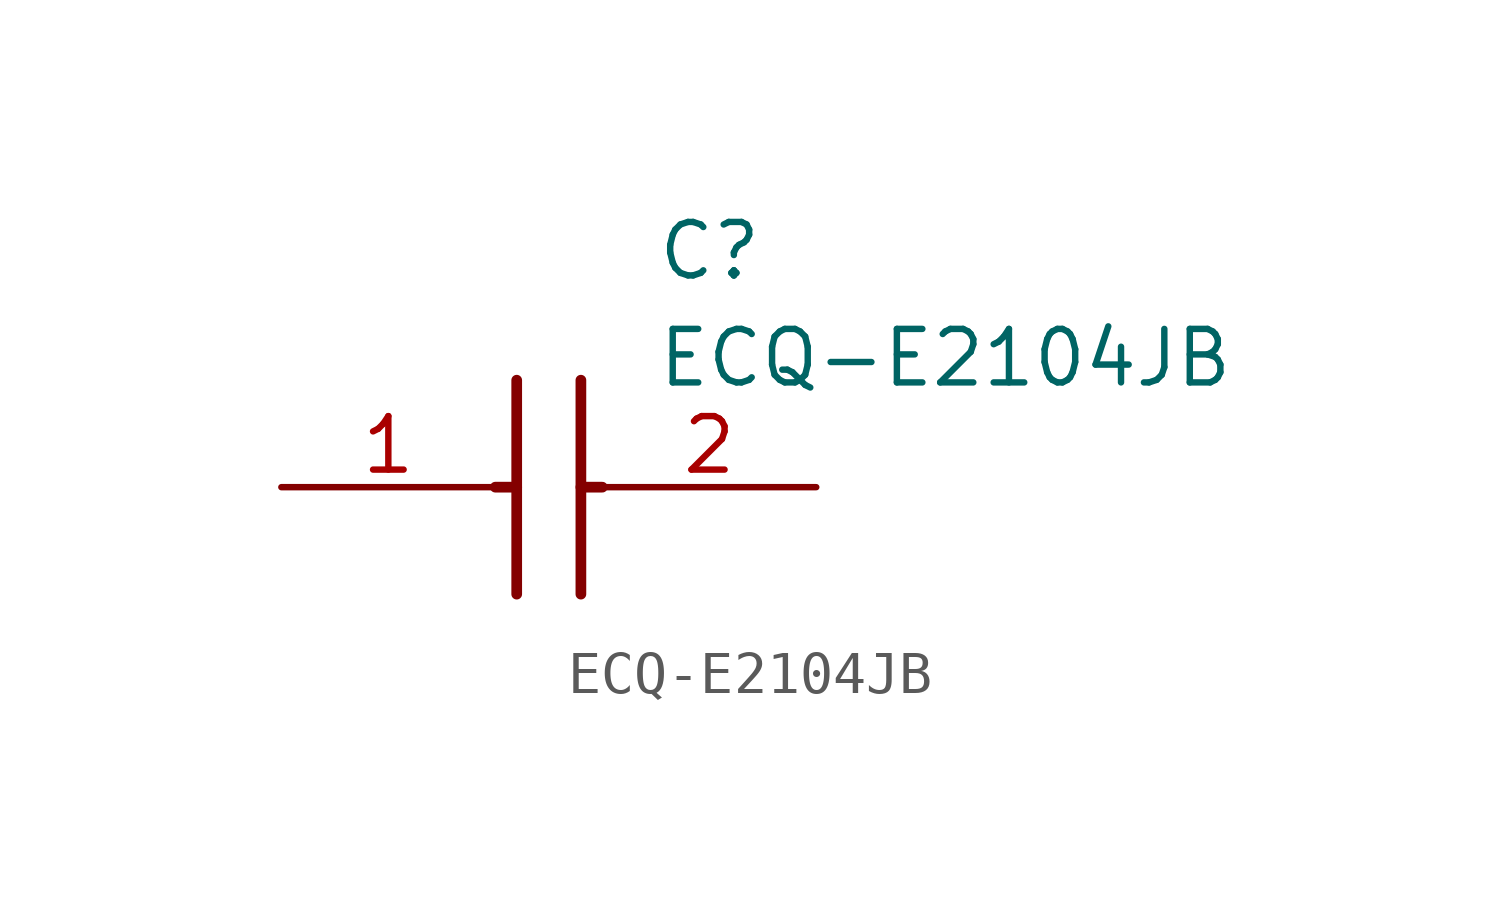
<source format=kicad_sym>
(kicad_symbol_lib
  (version 20211014)
  (generator SamacSys_ECAD_Model)
  (symbol "ECQ-E2104JB"
    (pin_names hide)
    (property "Reference" "C"
      (at 8.89 6.35 0)
      (effects (font (size 1.27 1.27)) (justify left top)))
    (property "Value" "ECQ-E2104JB"
      (at 8.89 3.81 0)
      (effects (font (size 1.27 1.27)) (justify left top)))
    (polyline
      (pts (xy 5.588 2.54) (xy 5.588 -2.54))
      (stroke (width 0.254) (type default))
      (fill (type none)))
    (polyline
      (pts (xy 7.112 2.54) (xy 7.112 -2.54))
      (stroke (width 0.254) (type default))
      (fill (type none)))
    (polyline
      (pts (xy 5.08 0) (xy 5.588 0))
      (stroke (width 0.254) (type default))
      (fill (type none)))
    (polyline
      (pts (xy 7.112 0) (xy 7.62 0))
      (stroke (width 0.254) (type default))
      (fill (type none)))
    (pin passive line
      (at 0 0 0)
      (length 5.08)
      (name "1" (effects (font (size 1.27 1.27))))
      (number "1" (effects (font (size 1.27 1.27)))))
    (pin passive line
      (at 12.7 0 180)
      (length 5.08)
      (name "2" (effects (font (size 1.27 1.27))))
      (number "2" (effects (font (size 1.27 1.27)))))))
</source>
